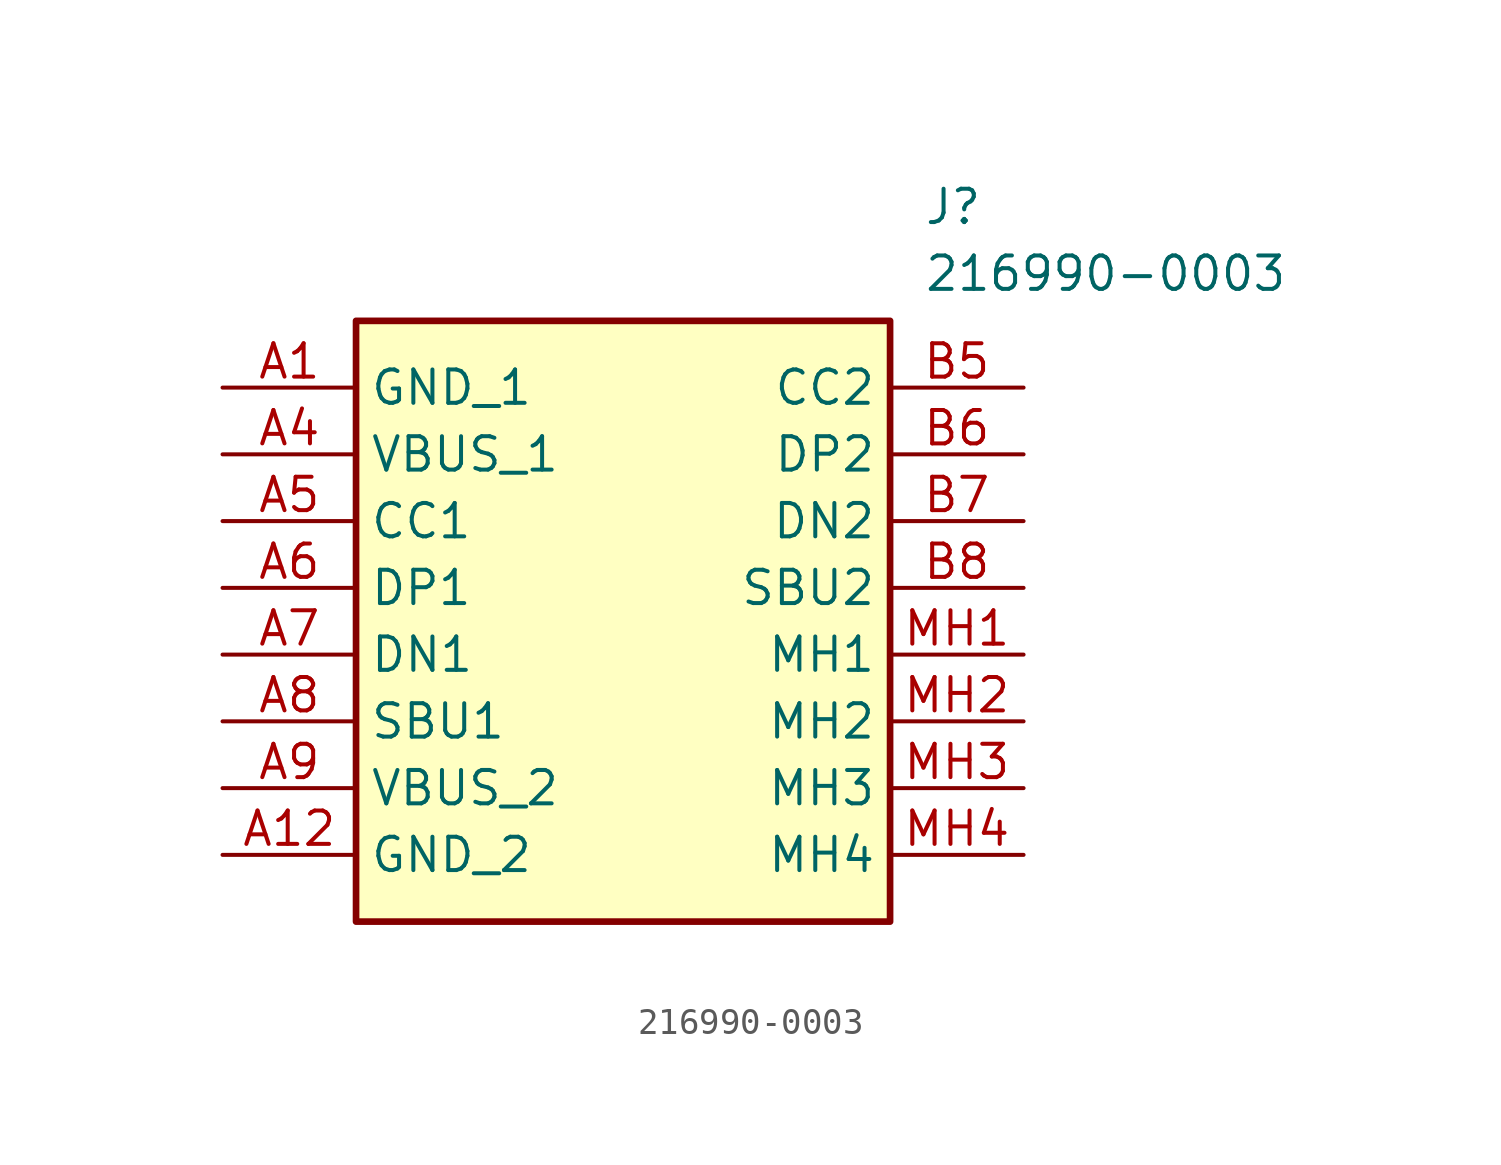
<source format=kicad_sym>
(kicad_symbol_lib
  (version 20211014)
  (generator SamacSys_ECAD_Model)
  (symbol "216990-0003"
    (property "Reference" "J"
      (at 26.67 7.62 0)
      (effects (font (size 1.27 1.27)) (justify left top)))
    (property "Value" "216990-0003"
      (at 26.67 5.08 0)
      (effects (font (size 1.27 1.27)) (justify left top)))
    (rectangle
      (start 5.08 2.54)
      (end 25.4 -20.32)
      (stroke (width 0.254) (type default))
      (fill (type background)))
    (pin passive line
      (at 0 0 0)
      (length 5.08)
      (name "GND_1" (effects (font (size 1.27 1.27))))
      (number "A1" (effects (font (size 1.27 1.27)))))
    (pin passive line
      (at 0 -2.54 0)
      (length 5.08)
      (name "VBUS_1" (effects (font (size 1.27 1.27))))
      (number "A4" (effects (font (size 1.27 1.27)))))
    (pin passive line
      (at 0 -5.08 0)
      (length 5.08)
      (name "CC1" (effects (font (size 1.27 1.27))))
      (number "A5" (effects (font (size 1.27 1.27)))))
    (pin passive line
      (at 0 -7.62 0)
      (length 5.08)
      (name "DP1" (effects (font (size 1.27 1.27))))
      (number "A6" (effects (font (size 1.27 1.27)))))
    (pin passive line
      (at 0 -10.16 0)
      (length 5.08)
      (name "DN1" (effects (font (size 1.27 1.27))))
      (number "A7" (effects (font (size 1.27 1.27)))))
    (pin passive line
      (at 0 -12.7 0)
      (length 5.08)
      (name "SBU1" (effects (font (size 1.27 1.27))))
      (number "A8" (effects (font (size 1.27 1.27)))))
    (pin passive line
      (at 0 -15.24 0)
      (length 5.08)
      (name "VBUS_2" (effects (font (size 1.27 1.27))))
      (number "A9" (effects (font (size 1.27 1.27)))))
    (pin passive line
      (at 0 -17.78 0)
      (length 5.08)
      (name "GND_2" (effects (font (size 1.27 1.27))))
      (number "A12" (effects (font (size 1.27 1.27)))))
    (pin passive line
      (at 30.48 0 180)
      (length 5.08)
      (name "CC2" (effects (font (size 1.27 1.27))))
      (number "B5" (effects (font (size 1.27 1.27)))))
    (pin passive line
      (at 30.48 -2.54 180)
      (length 5.08)
      (name "DP2" (effects (font (size 1.27 1.27))))
      (number "B6" (effects (font (size 1.27 1.27)))))
    (pin passive line
      (at 30.48 -5.08 180)
      (length 5.08)
      (name "DN2" (effects (font (size 1.27 1.27))))
      (number "B7" (effects (font (size 1.27 1.27)))))
    (pin passive line
      (at 30.48 -7.62 180)
      (length 5.08)
      (name "SBU2" (effects (font (size 1.27 1.27))))
      (number "B8" (effects (font (size 1.27 1.27)))))
    (pin passive line
      (at 30.48 -10.16 180)
      (length 5.08)
      (name "MH1" (effects (font (size 1.27 1.27))))
      (number "MH1" (effects (font (size 1.27 1.27)))))
    (pin passive line
      (at 30.48 -12.7 180)
      (length 5.08)
      (name "MH2" (effects (font (size 1.27 1.27))))
      (number "MH2" (effects (font (size 1.27 1.27)))))
    (pin passive line
      (at 30.48 -15.24 180)
      (length 5.08)
      (name "MH3" (effects (font (size 1.27 1.27))))
      (number "MH3" (effects (font (size 1.27 1.27)))))
    (pin passive line
      (at 30.48 -17.78 180)
      (length 5.08)
      (name "MH4" (effects (font (size 1.27 1.27))))
      (number "MH4" (effects (font (size 1.27 1.27)))))))
</source>
